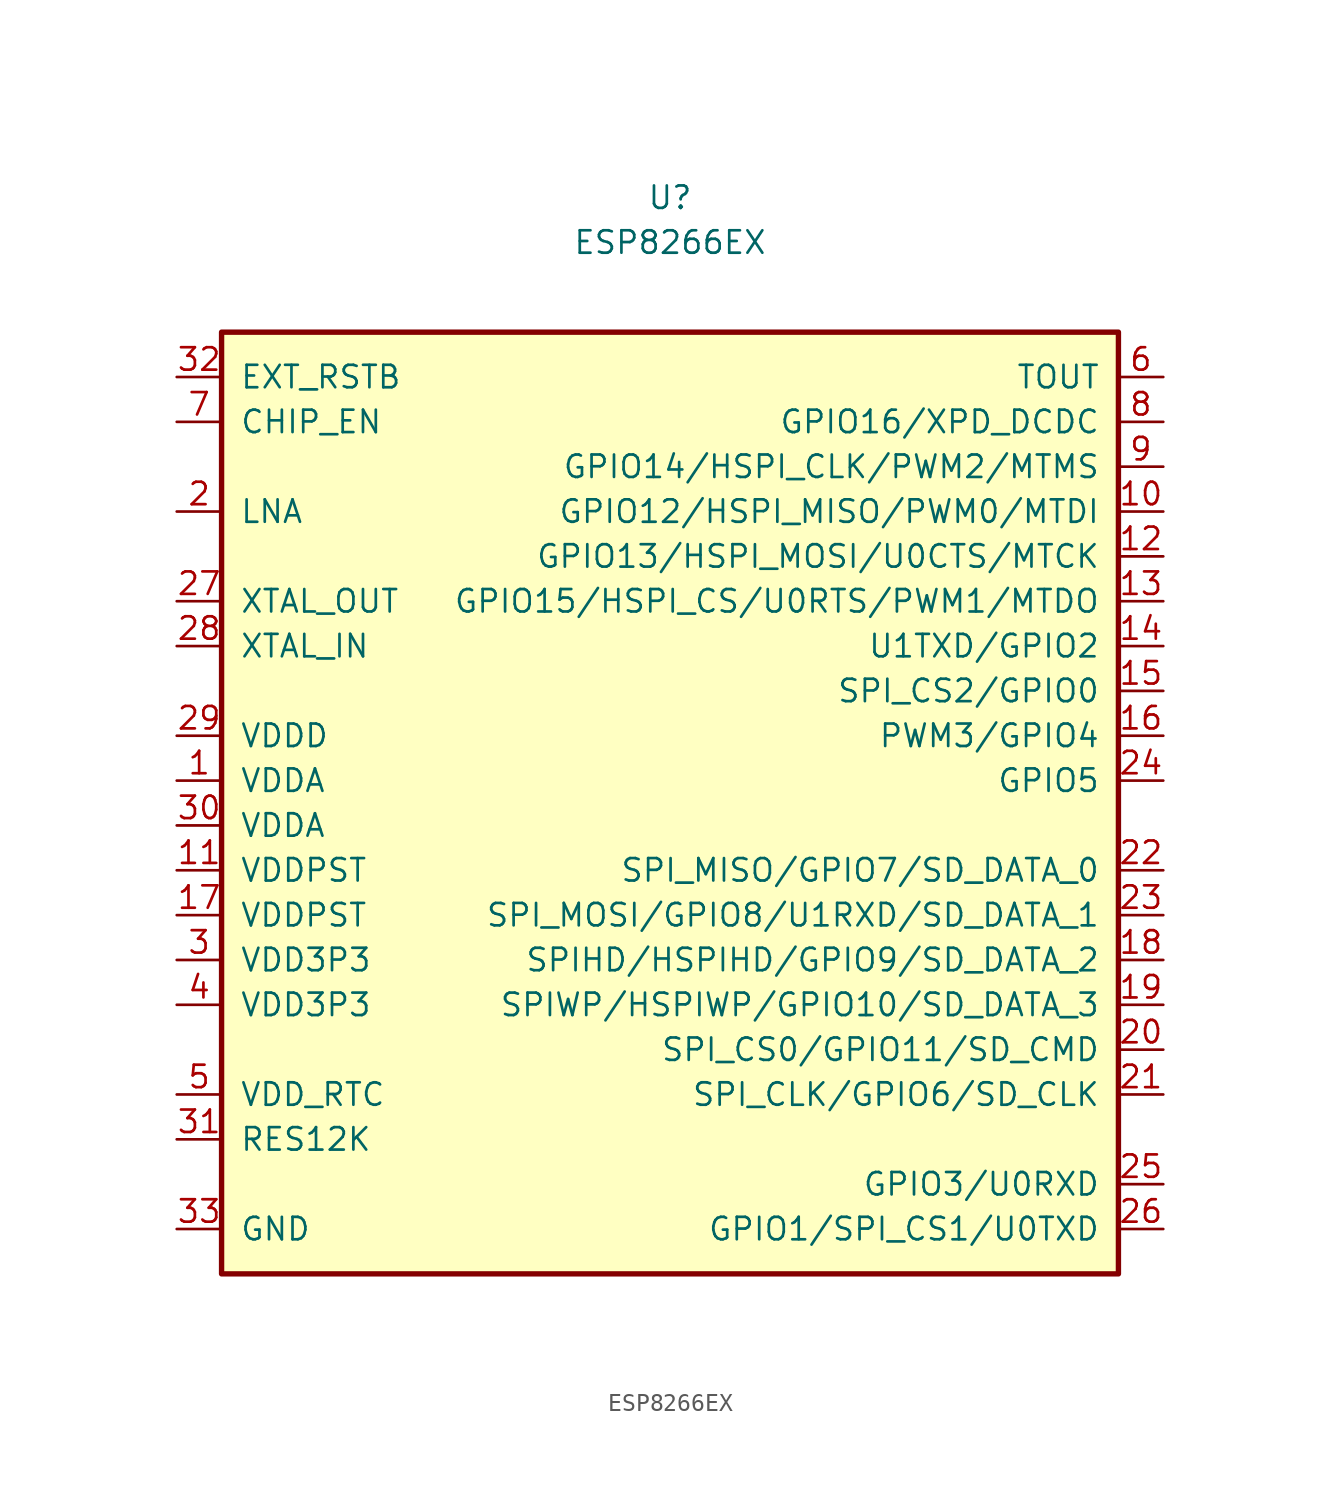
<source format=kicad_sym>
(kicad_symbol_lib
  (version 20211014)
  (generator kicad_symbol_editor)
  (symbol "ESP8266EX"
    (pin_names
      (offset 1.016))
    (property "Reference" "U"
      (at 0 33.02 0)
      (effects (font (size 1.27 1.27))))
    (property "Value" "ESP8266EX"
      (at 0 30.48 0)
      (effects (font (size 1.27 1.27))))
    (symbol "ESP8266EX_0_1"
      (rectangle (start -25.4 25.4) (end 25.4 -27.94) (stroke (width 0.305) (type default) (color 0 0 0 0)) (fill (type background))))
    (symbol "ESP8266EX_1_1"
      (pin power_in line (at -27.94 0 0) (length 2.54) (name "VDDA" (effects (font (size 1.27 1.27)))) (number "1" (effects (font (size 1.27 1.27)))))
      (pin bidirectional line (at 27.94 15.24 180) (length 2.54) (name "GPIO12/HSPI_MISO/PWM0/MTDI" (effects (font (size 1.27 1.27)))) (number "10" (effects (font (size 1.27 1.27)))))
      (pin power_in line (at -27.94 -5.08 0) (length 2.54) (name "VDDPST" (effects (font (size 1.27 1.27)))) (number "11" (effects (font (size 1.27 1.27)))))
      (pin bidirectional line (at 27.94 12.7 180) (length 2.54) (name "GPIO13/HSPI_MOSI/U0CTS/MTCK" (effects (font (size 1.27 1.27)))) (number "12" (effects (font (size 1.27 1.27)))))
      (pin bidirectional line (at 27.94 10.16 180) (length 2.54) (name "GPIO15/HSPI_CS/U0RTS/PWM1/MTDO" (effects (font (size 1.27 1.27)))) (number "13" (effects (font (size 1.27 1.27)))))
      (pin bidirectional line (at 27.94 7.62 180) (length 2.54) (name "U1TXD/GPIO2" (effects (font (size 1.27 1.27)))) (number "14" (effects (font (size 1.27 1.27)))))
      (pin bidirectional line (at 27.94 5.08 180) (length 2.54) (name "SPI_CS2/GPIO0" (effects (font (size 1.27 1.27)))) (number "15" (effects (font (size 1.27 1.27)))))
      (pin bidirectional line (at 27.94 2.54 180) (length 2.54) (name "PWM3/GPIO4" (effects (font (size 1.27 1.27)))) (number "16" (effects (font (size 1.27 1.27)))))
      (pin power_in line (at -27.94 -7.62 0) (length 2.54) (name "VDDPST" (effects (font (size 1.27 1.27)))) (number "17" (effects (font (size 1.27 1.27)))))
      (pin bidirectional line (at 27.94 -10.16 180) (length 2.54) (name "SPIHD/HSPIHD/GPIO9/SD_DATA_2" (effects (font (size 1.27 1.27)))) (number "18" (effects (font (size 1.27 1.27)))))
      (pin bidirectional line (at 27.94 -12.7 180) (length 2.54) (name "SPIWP/HSPIWP/GPIO10/SD_DATA_3" (effects (font (size 1.27 1.27)))) (number "19" (effects (font (size 1.27 1.27)))))
      (pin bidirectional line (at -27.94 15.24 0) (length 2.54) (name "LNA" (effects (font (size 1.27 1.27)))) (number "2" (effects (font (size 1.27 1.27)))))
      (pin bidirectional line (at 27.94 -15.24 180) (length 2.54) (name "SPI_CS0/GPIO11/SD_CMD" (effects (font (size 1.27 1.27)))) (number "20" (effects (font (size 1.27 1.27)))))
      (pin bidirectional line (at 27.94 -17.78 180) (length 2.54) (name "SPI_CLK/GPIO6/SD_CLK" (effects (font (size 1.27 1.27)))) (number "21" (effects (font (size 1.27 1.27)))))
      (pin bidirectional line (at 27.94 -5.08 180) (length 2.54) (name "SPI_MISO/GPIO7/SD_DATA_0" (effects (font (size 1.27 1.27)))) (number "22" (effects (font (size 1.27 1.27)))))
      (pin bidirectional line (at 27.94 -7.62 180) (length 2.54) (name "SPI_MOSI/GPIO8/U1RXD/SD_DATA_1" (effects (font (size 1.27 1.27)))) (number "23" (effects (font (size 1.27 1.27)))))
      (pin bidirectional line (at 27.94 0 180) (length 2.54) (name "GPIO5" (effects (font (size 1.27 1.27)))) (number "24" (effects (font (size 1.27 1.27)))))
      (pin bidirectional line (at 27.94 -22.86 180) (length 2.54) (name "GPIO3/U0RXD" (effects (font (size 1.27 1.27)))) (number "25" (effects (font (size 1.27 1.27)))))
      (pin bidirectional line (at 27.94 -25.4 180) (length 2.54) (name "GPIO1/SPI_CS1/U0TXD" (effects (font (size 1.27 1.27)))) (number "26" (effects (font (size 1.27 1.27)))))
      (pin bidirectional line (at -27.94 10.16 0) (length 2.54) (name "XTAL_OUT" (effects (font (size 1.27 1.27)))) (number "27" (effects (font (size 1.27 1.27)))))
      (pin bidirectional line (at -27.94 7.62 0) (length 2.54) (name "XTAL_IN" (effects (font (size 1.27 1.27)))) (number "28" (effects (font (size 1.27 1.27)))))
      (pin power_in line (at -27.94 2.54 0) (length 2.54) (name "VDDD" (effects (font (size 1.27 1.27)))) (number "29" (effects (font (size 1.27 1.27)))))
      (pin power_in line (at -27.94 -10.16 0) (length 2.54) (name "VDD3P3" (effects (font (size 1.27 1.27)))) (number "3" (effects (font (size 1.27 1.27)))))
      (pin power_in line (at -27.94 -2.54 0) (length 2.54) (name "VDDA" (effects (font (size 1.27 1.27)))) (number "30" (effects (font (size 1.27 1.27)))))
      (pin input line (at -27.94 -20.32 0) (length 2.54) (name "RES12K" (effects (font (size 1.27 1.27)))) (number "31" (effects (font (size 1.27 1.27)))))
      (pin input line (at -27.94 22.86 0) (length 2.54) (name "EXT_RSTB" (effects (font (size 1.27 1.27)))) (number "32" (effects (font (size 1.27 1.27)))))
      (pin power_in line (at -27.94 -25.4 0) (length 2.54) (name "GND" (effects (font (size 1.27 1.27)))) (number "33" (effects (font (size 1.27 1.27)))))
      (pin power_in line (at -27.94 -12.7 0) (length 2.54) (name "VDD3P3" (effects (font (size 1.27 1.27)))) (number "4" (effects (font (size 1.27 1.27)))))
      (pin power_in line (at -27.94 -17.78 0) (length 2.54) (name "VDD_RTC" (effects (font (size 1.27 1.27)))) (number "5" (effects (font (size 1.27 1.27)))))
      (pin input line (at 27.94 22.86 180) (length 2.54) (name "TOUT" (effects (font (size 1.27 1.27)))) (number "6" (effects (font (size 1.27 1.27)))))
      (pin input line (at -27.94 20.32 0) (length 2.54) (name "CHIP_EN" (effects (font (size 1.27 1.27)))) (number "7" (effects (font (size 1.27 1.27)))))
      (pin bidirectional line (at 27.94 20.32 180) (length 2.54) (name "GPIO16/XPD_DCDC" (effects (font (size 1.27 1.27)))) (number "8" (effects (font (size 1.27 1.27)))))
      (pin bidirectional line (at 27.94 17.78 180) (length 2.54) (name "GPIO14/HSPI_CLK/PWM2/MTMS" (effects (font (size 1.27 1.27)))) (number "9" (effects (font (size 1.27 1.27))))))))
</source>
